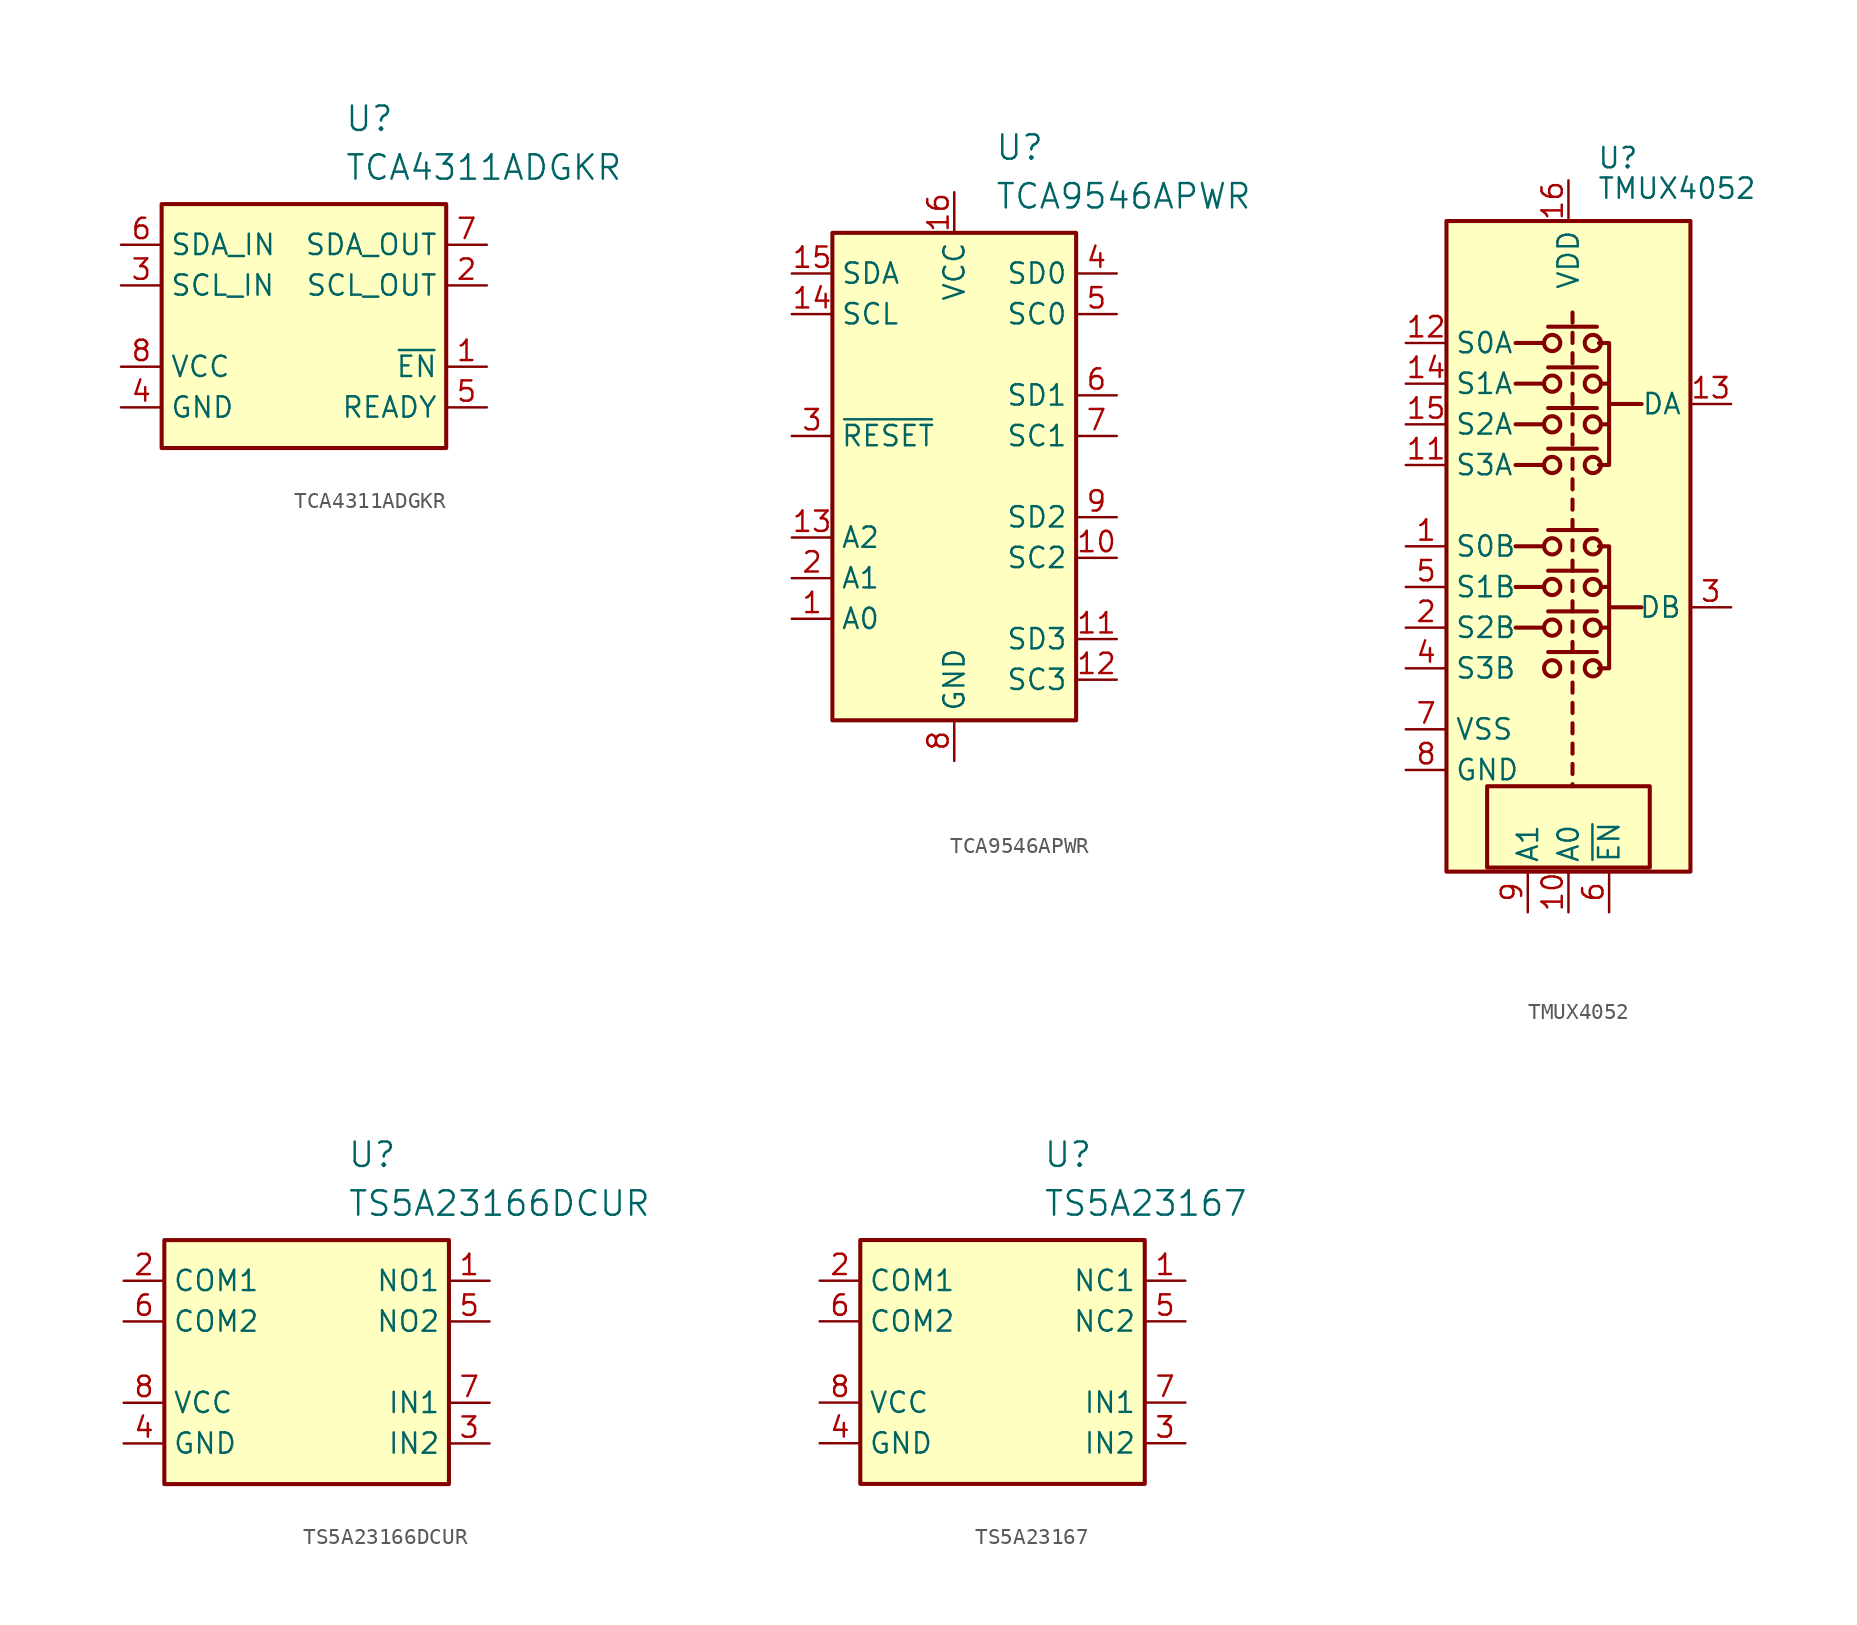
<source format=kicad_sym>
(kicad_symbol_lib
  (version 20241209)
  (generator "kicad_symbol_editor")
  (generator_version "9.0")
  (symbol "TCA4311ADGKR"
    (property "Reference" "U"
      (at 2.54 20.574 0)
      (effects (font (size 1.524 1.524)) (justify left)))
    (property "Value" "TCA4311ADGKR"
      (at 2.54 17.526 0)
      (effects (font (size 1.524 1.524)) (justify left)))
    (symbol "TCA4311ADGKR_0_1"
      (rectangle (start -8.89 15.24) (end 8.89 0) (stroke (width 0.254) (type default)) (fill (type background))))
    (symbol "TCA4311ADGKR_1_1"
      (pin bidirectional line (at -11.43 12.7 0) (length 2.54) (name "SDA_IN" (effects (font (size 1.27 1.27)))) (number "6" (effects (font (size 1.27 1.27)))))
      (pin bidirectional line (at -11.43 10.16 0) (length 2.54) (name "SCL_IN" (effects (font (size 1.27 1.27)))) (number "3" (effects (font (size 1.27 1.27)))))
      (pin power_in line (at -11.43 5.08 0) (length 2.54) (name "VCC" (effects (font (size 1.27 1.27)))) (number "8" (effects (font (size 1.27 1.27)))))
      (pin power_in line (at -11.43 2.54 0) (length 2.54) (name "GND" (effects (font (size 1.27 1.27)))) (number "4" (effects (font (size 1.27 1.27)))))
      (pin bidirectional line (at 11.43 12.7 180) (length 2.54) (name "SDA_OUT" (effects (font (size 1.27 1.27)))) (number "7" (effects (font (size 1.27 1.27)))))
      (pin bidirectional line (at 11.43 10.16 180) (length 2.54) (name "SCL_OUT" (effects (font (size 1.27 1.27)))) (number "2" (effects (font (size 1.27 1.27)))))
      (pin input line (at 11.43 5.08 180) (length 2.54) (name "~{EN}" (effects (font (size 1.27 1.27)))) (number "1" (effects (font (size 1.27 1.27)))))
      (pin input line (at 11.43 2.54 180) (length 2.54) (name "READY" (effects (font (size 1.27 1.27)))) (number "5" (effects (font (size 1.27 1.27)))))))
  (symbol "TCA9546APWR"
    (property "Reference" "U"
      (at 2.54 20.574 0)
      (effects (font (size 1.524 1.524)) (justify left)))
    (property "Value" "TCA9546APWR"
      (at 2.54 17.526 0)
      (effects (font (size 1.524 1.524)) (justify left)))
    (symbol "TCA9546APWR_0_1"
      (rectangle (start -7.62 15.24) (end 7.62 -15.24) (stroke (width 0.254) (type default)) (fill (type background))))
    (symbol "TCA9546APWR_1_1"
      (pin bidirectional line (at -10.16 12.7 0) (length 2.54) (name "SDA" (effects (font (size 1.27 1.27)))) (number "15" (effects (font (size 1.27 1.27)))))
      (pin bidirectional line (at -10.16 10.16 0) (length 2.54) (name "SCL" (effects (font (size 1.27 1.27)))) (number "14" (effects (font (size 1.27 1.27)))))
      (pin input line (at -10.16 2.54 0) (length 2.54) (name "~{RESET}" (effects (font (size 1.27 1.27)))) (number "3" (effects (font (size 1.27 1.27)))))
      (pin input line (at -10.16 -3.81 0) (length 2.54) (name "A2" (effects (font (size 1.27 1.27)))) (number "13" (effects (font (size 1.27 1.27)))))
      (pin input line (at -10.16 -6.35 0) (length 2.54) (name "A1" (effects (font (size 1.27 1.27)))) (number "2" (effects (font (size 1.27 1.27)))))
      (pin input line (at -10.16 -8.89 0) (length 2.54) (name "A0" (effects (font (size 1.27 1.27)))) (number "1" (effects (font (size 1.27 1.27)))))
      (pin power_in line (at 0 17.78 270) (length 2.54) (name "VCC" (effects (font (size 1.27 1.27)))) (number "16" (effects (font (size 1.27 1.27)))))
      (pin power_in line (at 0 -17.78 90) (length 2.54) (name "GND" (effects (font (size 1.27 1.27)))) (number "8" (effects (font (size 1.27 1.27)))))
      (pin bidirectional line (at 10.16 12.7 180) (length 2.54) (name "SD0" (effects (font (size 1.27 1.27)))) (number "4" (effects (font (size 1.27 1.27)))))
      (pin bidirectional line (at 10.16 10.16 180) (length 2.54) (name "SC0" (effects (font (size 1.27 1.27)))) (number "5" (effects (font (size 1.27 1.27)))))
      (pin bidirectional line (at 10.16 5.08 180) (length 2.54) (name "SD1" (effects (font (size 1.27 1.27)))) (number "6" (effects (font (size 1.27 1.27)))))
      (pin bidirectional line (at 10.16 2.54 180) (length 2.54) (name "SC1" (effects (font (size 1.27 1.27)))) (number "7" (effects (font (size 1.27 1.27)))))
      (pin bidirectional line (at 10.16 -2.54 180) (length 2.54) (name "SD2" (effects (font (size 1.27 1.27)))) (number "9" (effects (font (size 1.27 1.27)))))
      (pin bidirectional line (at 10.16 -5.08 180) (length 2.54) (name "SC2" (effects (font (size 1.27 1.27)))) (number "10" (effects (font (size 1.27 1.27)))))
      (pin bidirectional line (at 10.16 -10.16 180) (length 2.54) (name "SD3" (effects (font (size 1.27 1.27)))) (number "11" (effects (font (size 1.27 1.27)))))
      (pin bidirectional line (at 10.16 -12.7 180) (length 2.54) (name "SC3" (effects (font (size 1.27 1.27)))) (number "12" (effects (font (size 1.27 1.27)))))))
  (symbol "TMUX4052"
    (property "Reference" "U"
      (at 1.778 25.527 0)
      (effects (font (size 1.27 1.27)) (justify left)))
    (property "Value" "TMUX4052"
      (at 1.778 23.622 0)
      (effects (font (size 1.27 1.27)) (justify left)))
    (symbol "TMUX4052_0_1"
      (rectangle (start -7.62 21.59) (end 7.62 -19.05) (stroke (width 0.254) (type default)) (fill (type background)))
      (rectangle (start -5.08 -13.716) (end 5.08 -18.796) (stroke (width 0.254) (type default)) (fill (type none)))
      (polyline (pts (xy -1.524 13.97) (xy -3.302 13.97)) (stroke (width 0.254) (type default)) (fill (type none)))
      (polyline (pts (xy -1.524 11.43) (xy -3.302 11.43)) (stroke (width 0.254) (type default)) (fill (type none)))
      (polyline (pts (xy -1.524 8.89) (xy -3.302 8.89)) (stroke (width 0.254) (type default)) (fill (type none)))
      (polyline (pts (xy -1.524 6.35) (xy -3.302 6.35)) (stroke (width 0.254) (type default)) (fill (type none)))
      (polyline (pts (xy -1.524 1.27) (xy -3.302 1.27)) (stroke (width 0.254) (type default)) (fill (type none)))
      (polyline (pts (xy -1.524 -1.27) (xy -3.302 -1.27)) (stroke (width 0.254) (type default)) (fill (type none)))
      (polyline (pts (xy -1.524 -3.81) (xy -3.302 -3.81)) (stroke (width 0.254) (type default)) (fill (type none)))
      (polyline (pts (xy -1.27 14.986) (xy 1.778 14.986)) (stroke (width 0.254) (type default)) (fill (type none)))
      (polyline (pts (xy -1.27 12.446) (xy 1.778 12.446)) (stroke (width 0.254) (type default)) (fill (type none)))
      (polyline (pts (xy -1.27 9.906) (xy 1.778 9.906)) (stroke (width 0.254) (type default)) (fill (type none)))
      (polyline (pts (xy -1.27 7.366) (xy 1.778 7.366)) (stroke (width 0.254) (type default)) (fill (type none)))
      (polyline (pts (xy -1.27 2.286) (xy 1.778 2.286)) (stroke (width 0.254) (type default)) (fill (type none)))
      (polyline (pts (xy -1.27 -0.254) (xy 1.778 -0.254)) (stroke (width 0.254) (type default)) (fill (type none)))
      (polyline (pts (xy -1.27 -2.794) (xy 1.778 -2.794)) (stroke (width 0.254) (type default)) (fill (type none)))
      (polyline (pts (xy -1.27 -5.334) (xy 1.778 -5.334)) (stroke (width 0.254) (type default)) (fill (type none)))
      (circle (center -1.016 13.97) (radius 0.508) (stroke (width 0.254) (type default)) (fill (type none)))
      (circle (center -1.016 11.43) (radius 0.508) (stroke (width 0.254) (type default)) (fill (type none)))
      (circle (center -1.016 8.89) (radius 0.508) (stroke (width 0.254) (type default)) (fill (type none)))
      (circle (center -1.016 6.35) (radius 0.508) (stroke (width 0.254) (type default)) (fill (type none)))
      (circle (center -1.016 1.27) (radius 0.508) (stroke (width 0.254) (type default)) (fill (type none)))
      (circle (center -1.016 -1.27) (radius 0.508) (stroke (width 0.254) (type default)) (fill (type none)))
      (circle (center -1.016 -3.81) (radius 0.508) (stroke (width 0.254) (type default)) (fill (type none)))
      (circle (center -1.016 -6.35) (radius 0.508) (stroke (width 0.254) (type default)) (fill (type none)))
      (polyline (pts (xy 0.254 15.24) (xy 0.254 15.875)) (stroke (width 0.254) (type default)) (fill (type none)))
      (polyline (pts (xy 0.254 13.97) (xy 0.254 14.605)) (stroke (width 0.254) (type default)) (fill (type none)))
      (polyline (pts (xy 0.254 12.7) (xy 0.254 13.335)) (stroke (width 0.254) (type default)) (fill (type none)))
      (polyline (pts (xy 0.254 11.43) (xy 0.254 12.065)) (stroke (width 0.254) (type default)) (fill (type none)))
      (polyline (pts (xy 0.254 10.16) (xy 0.254 10.795)) (stroke (width 0.254) (type default)) (fill (type none)))
      (polyline (pts (xy 0.254 8.89) (xy 0.254 9.525)) (stroke (width 0.254) (type default)) (fill (type none)))
      (polyline (pts (xy 0.254 7.62) (xy 0.254 8.255)) (stroke (width 0.254) (type default)) (fill (type none)))
      (polyline (pts (xy 0.254 6.096) (xy 0.254 6.731)) (stroke (width 0.254) (type default)) (fill (type none)))
      (polyline (pts (xy 0.254 4.826) (xy 0.254 5.461)) (stroke (width 0.254) (type default)) (fill (type none)))
      (polyline (pts (xy 0.254 3.556) (xy 0.254 4.191)) (stroke (width 0.254) (type default)) (fill (type none)))
      (polyline (pts (xy 0.254 2.286) (xy 0.254 2.921)) (stroke (width 0.254) (type default)) (fill (type none)))
      (polyline (pts (xy 0.254 1.016) (xy 0.254 1.651)) (stroke (width 0.254) (type default)) (fill (type none)))
      (polyline (pts (xy 0.254 -0.254) (xy 0.254 0.381)) (stroke (width 0.254) (type default)) (fill (type none)))
      (polyline (pts (xy 0.254 -1.524) (xy 0.254 -0.889)) (stroke (width 0.254) (type default)) (fill (type none)))
      (polyline (pts (xy 0.254 -2.794) (xy 0.254 -2.159)) (stroke (width 0.254) (type default)) (fill (type none)))
      (polyline (pts (xy 0.254 -4.064) (xy 0.254 -3.429)) (stroke (width 0.254) (type default)) (fill (type none)))
      (polyline (pts (xy 0.254 -5.334) (xy 0.254 -4.699)) (stroke (width 0.254) (type default)) (fill (type none)))
      (polyline (pts (xy 0.254 -6.604) (xy 0.254 -5.969)) (stroke (width 0.254) (type default)) (fill (type none)))
      (polyline (pts (xy 0.254 -7.874) (xy 0.254 -7.239)) (stroke (width 0.254) (type default)) (fill (type none)))
      (polyline (pts (xy 0.254 -9.144) (xy 0.254 -8.509)) (stroke (width 0.254) (type default)) (fill (type none)))
      (polyline (pts (xy 0.254 -10.414) (xy 0.254 -9.779)) (stroke (width 0.254) (type default)) (fill (type none)))
      (polyline (pts (xy 0.254 -11.684) (xy 0.254 -11.049)) (stroke (width 0.254) (type default)) (fill (type none)))
      (polyline (pts (xy 0.254 -12.954) (xy 0.254 -12.319)) (stroke (width 0.254) (type default)) (fill (type none)))
      (polyline (pts (xy 0.254 -13.716) (xy 0.254 -13.589)) (stroke (width 0.254) (type default)) (fill (type none)))
      (circle (center 1.524 13.97) (radius 0.508) (stroke (width 0.254) (type default)) (fill (type none)))
      (circle (center 1.524 11.43) (radius 0.508) (stroke (width 0.254) (type default)) (fill (type none)))
      (circle (center 1.524 8.89) (radius 0.508) (stroke (width 0.254) (type default)) (fill (type none)))
      (circle (center 1.524 6.35) (radius 0.508) (stroke (width 0.254) (type default)) (fill (type none)))
      (circle (center 1.524 1.27) (radius 0.508) (stroke (width 0.254) (type default)) (fill (type none)))
      (circle (center 1.524 -1.27) (radius 0.508) (stroke (width 0.254) (type default)) (fill (type none)))
      (circle (center 1.524 -3.81) (radius 0.508) (stroke (width 0.254) (type default)) (fill (type none)))
      (circle (center 1.524 -6.35) (radius 0.508) (stroke (width 0.254) (type default)) (fill (type none)))
      (polyline (pts (xy 1.905 6.35) (xy 2.54 6.35) (xy 2.54 13.97) (xy 1.905 13.97)) (stroke (width 0.254) (type default)) (fill (type none)))
      (polyline (pts (xy 1.905 1.27) (xy 2.54 1.27) (xy 2.54 -6.35) (xy 1.905 -6.35)) (stroke (width 0.254) (type default)) (fill (type none)))
      (polyline (pts (xy 2.032 11.43) (xy 2.54 11.43)) (stroke (width 0.254) (type default)) (fill (type none)))
      (polyline (pts (xy 2.032 8.89) (xy 2.54 8.89)) (stroke (width 0.254) (type default)) (fill (type none)))
      (polyline (pts (xy 2.032 -1.27) (xy 2.54 -1.27)) (stroke (width 0.254) (type default)) (fill (type none)))
      (polyline (pts (xy 2.032 -3.81) (xy 2.54 -3.81)) (stroke (width 0.254) (type default)) (fill (type none)))
      (polyline (pts (xy 2.54 10.16) (xy 4.572 10.16)) (stroke (width 0.254) (type default)) (fill (type none)))
      (polyline (pts (xy 4.572 -2.54) (xy 2.54 -2.54)) (stroke (width 0.254) (type default)) (fill (type none))))
    (symbol "TMUX4052_1_1"
      (pin bidirectional line (at -10.16 13.97 0) (length 2.54) (name "S0A" (effects (font (size 1.27 1.27)))) (number "12" (effects (font (size 1.27 1.27)))))
      (pin bidirectional line (at -10.16 11.43 0) (length 2.54) (name "S1A" (effects (font (size 1.27 1.27)))) (number "14" (effects (font (size 1.27 1.27)))))
      (pin bidirectional line (at -10.16 8.89 0) (length 2.54) (name "S2A" (effects (font (size 1.27 1.27)))) (number "15" (effects (font (size 1.27 1.27)))))
      (pin bidirectional line (at -10.16 6.35 0) (length 2.54) (name "S3A" (effects (font (size 1.27 1.27)))) (number "11" (effects (font (size 1.27 1.27)))))
      (pin bidirectional line (at -10.16 1.27 0) (length 2.54) (name "S0B" (effects (font (size 1.27 1.27)))) (number "1" (effects (font (size 1.27 1.27)))))
      (pin bidirectional line (at -10.16 -1.27 0) (length 2.54) (name "S1B" (effects (font (size 1.27 1.27)))) (number "5" (effects (font (size 1.27 1.27)))))
      (pin bidirectional line (at -10.16 -3.81 0) (length 2.54) (name "S2B" (effects (font (size 1.27 1.27)))) (number "2" (effects (font (size 1.27 1.27)))))
      (pin bidirectional line (at -10.16 -6.35 0) (length 2.54) (name "S3B" (effects (font (size 1.27 1.27)))) (number "4" (effects (font (size 1.27 1.27)))))
      (pin power_in line (at -10.16 -10.16 0) (length 2.54) (name "VSS" (effects (font (size 1.27 1.27)))) (number "7" (effects (font (size 1.27 1.27)))))
      (pin power_in line (at -10.16 -12.7 0) (length 2.54) (name "GND" (effects (font (size 1.27 1.27)))) (number "8" (effects (font (size 1.27 1.27)))))
      (pin input line (at -2.54 -21.59 90) (length 2.54) (name "A1" (effects (font (size 1.27 1.27)))) (number "9" (effects (font (size 1.27 1.27)))))
      (pin power_in line (at 0 24.13 270) (length 2.54) (name "VDD" (effects (font (size 1.27 1.27)))) (number "16" (effects (font (size 1.27 1.27)))))
      (pin bidirectional line (at 0 -21.59 90) (length 2.54) (name "A0" (effects (font (size 1.27 1.27)))) (number "10" (effects (font (size 1.27 1.27)))))
      (pin input line (at 2.54 -21.59 90) (length 2.54) (name "~{EN}" (effects (font (size 1.27 1.27)))) (number "6" (effects (font (size 1.27 1.27)))))
      (pin bidirectional line (at 10.16 10.16 180) (length 2.54) (name "DA" (effects (font (size 1.27 1.27)))) (number "13" (effects (font (size 1.27 1.27)))))
      (pin bidirectional line (at 10.16 -2.54 180) (length 2.54) (name "DB" (effects (font (size 1.27 1.27)))) (number "3" (effects (font (size 1.27 1.27)))))))
  (symbol "TS5A23166DCUR"
    (property "Reference" "U"
      (at 2.54 20.574 0)
      (effects (font (size 1.524 1.524)) (justify left)))
    (property "Value" "TS5A23166DCUR"
      (at 2.54 17.526 0)
      (effects (font (size 1.524 1.524)) (justify left)))
    (symbol "TS5A23166DCUR_0_1"
      (rectangle (start -8.89 15.24) (end 8.89 0) (stroke (width 0.254) (type default)) (fill (type background))))
    (symbol "TS5A23166DCUR_1_1"
      (pin bidirectional line (at -11.43 12.7 0) (length 2.54) (name "COM1" (effects (font (size 1.27 1.27)))) (number "2" (effects (font (size 1.27 1.27)))))
      (pin bidirectional line (at -11.43 10.16 0) (length 2.54) (name "COM2" (effects (font (size 1.27 1.27)))) (number "6" (effects (font (size 1.27 1.27)))))
      (pin power_in line (at -11.43 5.08 0) (length 2.54) (name "VCC" (effects (font (size 1.27 1.27)))) (number "8" (effects (font (size 1.27 1.27)))))
      (pin power_in line (at -11.43 2.54 0) (length 2.54) (name "GND" (effects (font (size 1.27 1.27)))) (number "4" (effects (font (size 1.27 1.27)))))
      (pin bidirectional line (at 11.43 12.7 180) (length 2.54) (name "NO1" (effects (font (size 1.27 1.27)))) (number "1" (effects (font (size 1.27 1.27)))))
      (pin bidirectional line (at 11.43 10.16 180) (length 2.54) (name "NO2" (effects (font (size 1.27 1.27)))) (number "5" (effects (font (size 1.27 1.27)))))
      (pin input line (at 11.43 5.08 180) (length 2.54) (name "IN1" (effects (font (size 1.27 1.27)))) (number "7" (effects (font (size 1.27 1.27)))))
      (pin input line (at 11.43 2.54 180) (length 2.54) (name "IN2" (effects (font (size 1.27 1.27)))) (number "3" (effects (font (size 1.27 1.27)))))))
  (symbol "TS5A23167"
    (property "Reference" "U"
      (at 2.54 20.574 0)
      (effects (font (size 1.524 1.524)) (justify left)))
    (property "Value" "TS5A23167"
      (at 2.54 17.526 0)
      (effects (font (size 1.524 1.524)) (justify left)))
    (symbol "TS5A23167_0_1"
      (rectangle (start -8.89 15.24) (end 8.89 0) (stroke (width 0.254) (type default)) (fill (type background))))
    (symbol "TS5A23167_1_1"
      (pin bidirectional line (at -11.43 12.7 0) (length 2.54) (name "COM1" (effects (font (size 1.27 1.27)))) (number "2" (effects (font (size 1.27 1.27)))))
      (pin bidirectional line (at -11.43 10.16 0) (length 2.54) (name "COM2" (effects (font (size 1.27 1.27)))) (number "6" (effects (font (size 1.27 1.27)))))
      (pin power_in line (at -11.43 5.08 0) (length 2.54) (name "VCC" (effects (font (size 1.27 1.27)))) (number "8" (effects (font (size 1.27 1.27)))))
      (pin power_in line (at -11.43 2.54 0) (length 2.54) (name "GND" (effects (font (size 1.27 1.27)))) (number "4" (effects (font (size 1.27 1.27)))))
      (pin bidirectional line (at 11.43 12.7 180) (length 2.54) (name "NC1" (effects (font (size 1.27 1.27)))) (number "1" (effects (font (size 1.27 1.27)))))
      (pin bidirectional line (at 11.43 10.16 180) (length 2.54) (name "NC2" (effects (font (size 1.27 1.27)))) (number "5" (effects (font (size 1.27 1.27)))))
      (pin input line (at 11.43 5.08 180) (length 2.54) (name "IN1" (effects (font (size 1.27 1.27)))) (number "7" (effects (font (size 1.27 1.27)))))
      (pin input line (at 11.43 2.54 180) (length 2.54) (name "IN2" (effects (font (size 1.27 1.27)))) (number "3" (effects (font (size 1.27 1.27))))))))
</source>
